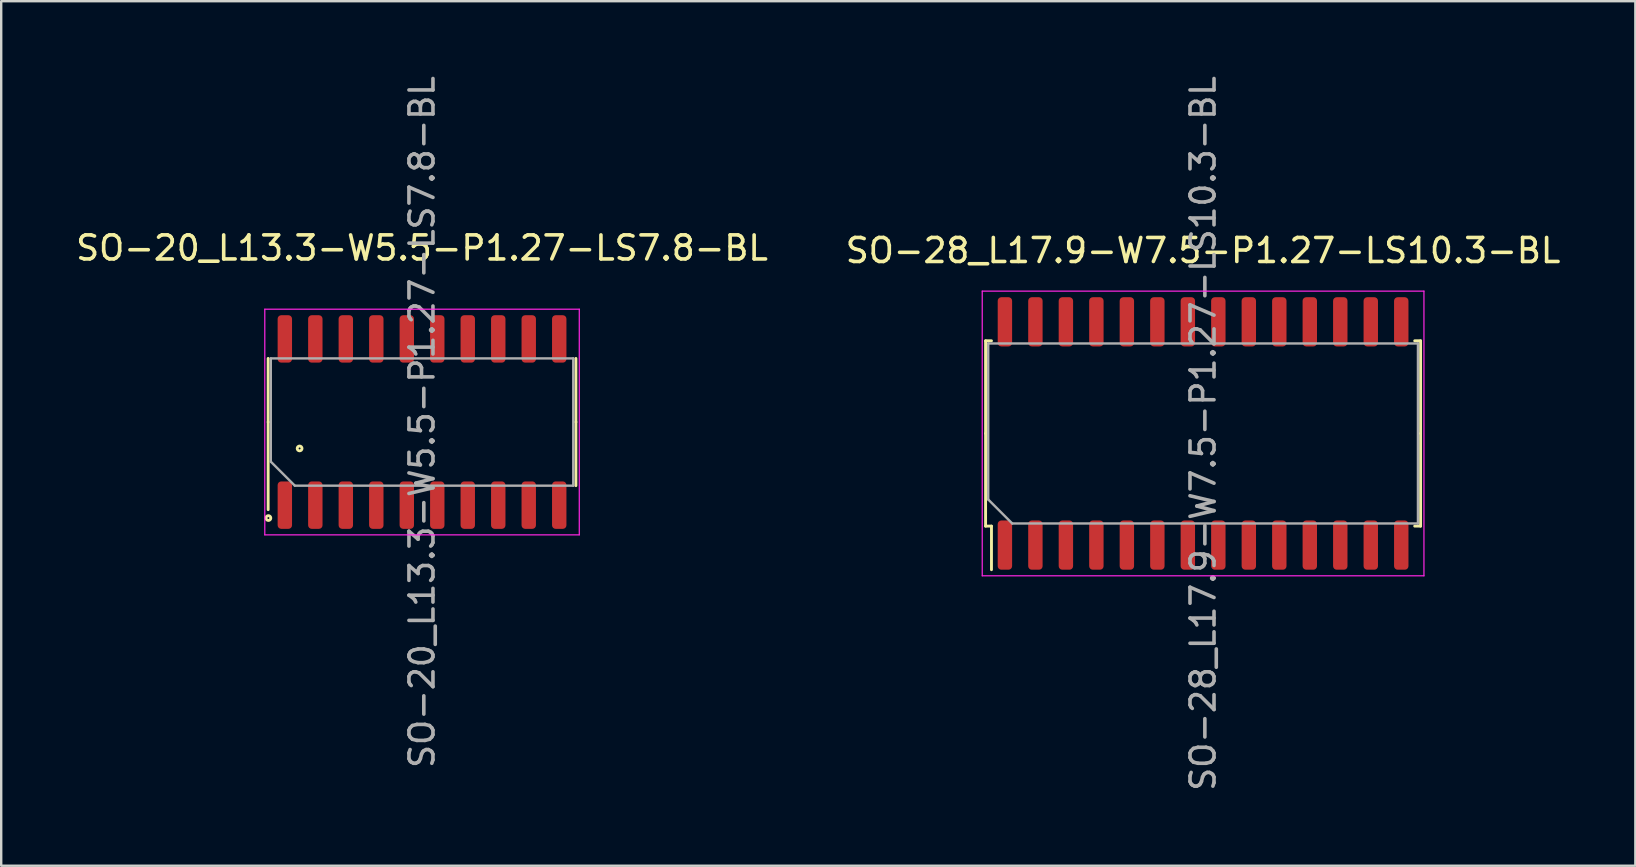
<source format=kicad_pcb>
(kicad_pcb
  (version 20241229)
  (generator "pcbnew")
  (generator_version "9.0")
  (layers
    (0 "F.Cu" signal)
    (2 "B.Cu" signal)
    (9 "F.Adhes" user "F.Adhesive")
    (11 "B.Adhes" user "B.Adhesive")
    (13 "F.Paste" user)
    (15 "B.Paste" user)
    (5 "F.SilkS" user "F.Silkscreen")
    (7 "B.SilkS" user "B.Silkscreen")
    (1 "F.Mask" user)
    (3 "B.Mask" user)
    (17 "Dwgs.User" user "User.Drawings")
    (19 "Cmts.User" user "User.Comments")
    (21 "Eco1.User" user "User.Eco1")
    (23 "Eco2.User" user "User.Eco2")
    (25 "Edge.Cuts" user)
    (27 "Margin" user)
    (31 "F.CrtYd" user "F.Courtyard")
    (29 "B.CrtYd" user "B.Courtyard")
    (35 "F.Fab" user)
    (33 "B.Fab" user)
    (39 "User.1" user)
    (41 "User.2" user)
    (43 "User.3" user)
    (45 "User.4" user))
  (footprint "SO-28_L17.9-W7.5-P1.27-LS10.3-BL"
    (layer "F.Cu")
    (at 47.065 15.006)
    (property "Reference" "SO-28_L17.9-W7.5-P1.27-LS10.3-BL" (at 0 -7.62 0) (layer "F.SilkS") (effects (font (size 1 1) (thickness 0.15))))
    (attr smd)
    (fp_line (start -9.06 -3.86) (end -8.815 -3.86) (stroke (width 0.12) (type solid)) (layer "F.SilkS"))
    (fp_line (start -9.06 0) (end -9.06 -3.86) (stroke (width 0.12) (type solid)) (layer "F.SilkS"))
    (fp_line (start -9.06 0) (end -9.06 3.86) (stroke (width 0.12) (type solid)) (layer "F.SilkS"))
    (fp_line (start -9.06 3.86) (end -8.815 3.86) (stroke (width 0.12) (type solid)) (layer "F.SilkS"))
    (fp_line (start -8.815 3.86) (end -8.815 5.675) (stroke (width 0.12) (type solid)) (layer "F.SilkS"))
    (fp_line (start 9.06 -3.86) (end 8.815 -3.86) (stroke (width 0.12) (type solid)) (layer "F.SilkS"))
    (fp_line (start 9.06 0) (end 9.06 -3.86) (stroke (width 0.12) (type solid)) (layer "F.SilkS"))
    (fp_line (start 9.06 0) (end 9.06 3.86) (stroke (width 0.12) (type solid)) (layer "F.SilkS"))
    (fp_line (start 9.06 3.86) (end 8.815 3.86) (stroke (width 0.12) (type solid)) (layer "F.SilkS"))
    (fp_line (start -9.2 -5.93) (end -9.2 5.93) (stroke (width 0.05) (type solid)) (layer "F.CrtYd"))
    (fp_line (start -9.2 5.93) (end 9.2 5.93) (stroke (width 0.05) (type solid)) (layer "F.CrtYd"))
    (fp_line (start 9.2 -5.93) (end -9.2 -5.93) (stroke (width 0.05) (type solid)) (layer "F.CrtYd"))
    (fp_line (start 9.2 5.93) (end 9.2 -5.93) (stroke (width 0.05) (type solid)) (layer "F.CrtYd"))
    (fp_line (start -8.95 -3.75) (end 8.95 -3.75) (stroke (width 0.1) (type solid)) (layer "F.Fab"))
    (fp_line (start -8.95 2.75) (end -8.95 -3.75) (stroke (width 0.1) (type solid)) (layer "F.Fab"))
    (fp_line (start -7.95 3.75) (end -8.95 2.75) (stroke (width 0.1) (type solid)) (layer "F.Fab"))
    (fp_line (start 8.95 -3.75) (end 8.95 3.75) (stroke (width 0.1) (type solid)) (layer "F.Fab"))
    (fp_line (start 8.95 3.75) (end -7.95 3.75) (stroke (width 0.1) (type solid)) (layer "F.Fab"))
    (fp_text user "${REFERENCE}" (at 0 0 90) (layer "F.Fab") (effects (font (size 1 1) (thickness 0.15))))
    (pad "1" smd roundrect (at -8.255 4.65 90) (size 2.05 0.6) (layers "F.Cu" "F.Mask" "F.Paste") (roundrect_rratio 0.25))
    (pad "2" smd roundrect (at -6.985 4.65 90) (size 2.05 0.6) (layers "F.Cu" "F.Mask" "F.Paste") (roundrect_rratio 0.25))
    (pad "3" smd roundrect (at -5.715 4.65 90) (size 2.05 0.6) (layers "F.Cu" "F.Mask" "F.Paste") (roundrect_rratio 0.25))
    (pad "4" smd roundrect (at -4.445 4.65 90) (size 2.05 0.6) (layers "F.Cu" "F.Mask" "F.Paste") (roundrect_rratio 0.25))
    (pad "5" smd roundrect (at -3.175 4.65 90) (size 2.05 0.6) (layers "F.Cu" "F.Mask" "F.Paste") (roundrect_rratio 0.25))
    (pad "6" smd roundrect (at -1.905 4.65 90) (size 2.05 0.6) (layers "F.Cu" "F.Mask" "F.Paste") (roundrect_rratio 0.25))
    (pad "7" smd roundrect (at -0.635 4.65 90) (size 2.05 0.6) (layers "F.Cu" "F.Mask" "F.Paste") (roundrect_rratio 0.25))
    (pad "8" smd roundrect (at 0.635 4.65 90) (size 2.05 0.6) (layers "F.Cu" "F.Mask" "F.Paste") (roundrect_rratio 0.25))
    (pad "9" smd roundrect (at 1.905 4.65 90) (size 2.05 0.6) (layers "F.Cu" "F.Mask" "F.Paste") (roundrect_rratio 0.25))
    (pad "10" smd roundrect (at 3.175 4.65 90) (size 2.05 0.6) (layers "F.Cu" "F.Mask" "F.Paste") (roundrect_rratio 0.25))
    (pad "11" smd roundrect (at 4.445 4.65 90) (size 2.05 0.6) (layers "F.Cu" "F.Mask" "F.Paste") (roundrect_rratio 0.25))
    (pad "12" smd roundrect (at 5.715 4.65 90) (size 2.05 0.6) (layers "F.Cu" "F.Mask" "F.Paste") (roundrect_rratio 0.25))
    (pad "13" smd roundrect (at 6.985 4.65 90) (size 2.05 0.6) (layers "F.Cu" "F.Mask" "F.Paste") (roundrect_rratio 0.25))
    (pad "14" smd roundrect (at 8.255 4.65 90) (size 2.05 0.6) (layers "F.Cu" "F.Mask" "F.Paste") (roundrect_rratio 0.25))
    (pad "15" smd roundrect (at 8.255 -4.65 90) (size 2.05 0.6) (layers "F.Cu" "F.Mask" "F.Paste") (roundrect_rratio 0.25))
    (pad "16" smd roundrect (at 6.985 -4.65 90) (size 2.05 0.6) (layers "F.Cu" "F.Mask" "F.Paste") (roundrect_rratio 0.25))
    (pad "17" smd roundrect (at 5.715 -4.65 90) (size 2.05 0.6) (layers "F.Cu" "F.Mask" "F.Paste") (roundrect_rratio 0.25))
    (pad "18" smd roundrect (at 4.445 -4.65 90) (size 2.05 0.6) (layers "F.Cu" "F.Mask" "F.Paste") (roundrect_rratio 0.25))
    (pad "19" smd roundrect (at 3.175 -4.65 90) (size 2.05 0.6) (layers "F.Cu" "F.Mask" "F.Paste") (roundrect_rratio 0.25))
    (pad "20" smd roundrect (at 1.905 -4.65 90) (size 2.05 0.6) (layers "F.Cu" "F.Mask" "F.Paste") (roundrect_rratio 0.25))
    (pad "21" smd roundrect (at 0.635 -4.65 90) (size 2.05 0.6) (layers "F.Cu" "F.Mask" "F.Paste") (roundrect_rratio 0.25))
    (pad "22" smd roundrect (at -0.635 -4.65 90) (size 2.05 0.6) (layers "F.Cu" "F.Mask" "F.Paste") (roundrect_rratio 0.25))
    (pad "23" smd roundrect (at -1.905 -4.65 90) (size 2.05 0.6) (layers "F.Cu" "F.Mask" "F.Paste") (roundrect_rratio 0.25))
    (pad "24" smd roundrect (at -3.175 -4.65 90) (size 2.05 0.6) (layers "F.Cu" "F.Mask" "F.Paste") (roundrect_rratio 0.25))
    (pad "25" smd roundrect (at -4.445 -4.65 90) (size 2.05 0.6) (layers "F.Cu" "F.Mask" "F.Paste") (roundrect_rratio 0.25))
    (pad "26" smd roundrect (at -5.715 -4.65 90) (size 2.05 0.6) (layers "F.Cu" "F.Mask" "F.Paste") (roundrect_rratio 0.25))
    (pad "27" smd roundrect (at -6.985 -4.65 90) (size 2.05 0.6) (layers "F.Cu" "F.Mask" "F.Paste") (roundrect_rratio 0.25))
    (pad "28" smd roundrect (at -8.255 -4.65 90) (size 2.05 0.6) (layers "F.Cu" "F.Mask" "F.Paste") (roundrect_rratio 0.25)))
  (footprint "SO-20_L13.3-W5.5-P1.27-LS7.8-BL"
    (layer "F.Cu")
    (at 14.53 14.53)
    (property "Reference" "SO-20_L13.3-W5.5-P1.27-LS7.8-BL" (at 0 -7.25 0) (layer "F.SilkS") (effects (font (size 1 1) (thickness 0.15))))
    (attr smd)
    (fp_line (start -6.41 0) (end -6.41 -2.65) (stroke (width 0.12) (type solid)) (layer "F.SilkS"))
    (fp_line (start -6.41 0) (end -6.41 3.65) (stroke (width 0.12) (type solid)) (layer "F.SilkS"))
    (fp_line (start 6.41 0) (end 6.41 -2.65) (stroke (width 0.12) (type solid)) (layer "F.SilkS"))
    (fp_line (start 6.41 0) (end 6.41 2.65) (stroke (width 0.12) (type solid)) (layer "F.SilkS"))
    (fp_circle (center -6.4 4) (end -6.3 4) (stroke (width 0.12) (type solid)) (fill no) (layer "F.SilkS"))
    (fp_circle (center -5.1 1.1) (end -5 1.1) (stroke (width 0.12) (type solid)) (fill no) (layer "F.SilkS"))
    (fp_line (start -6.55 -4.7) (end -6.55 4.7) (stroke (width 0.05) (type solid)) (layer "F.CrtYd"))
    (fp_line (start -6.55 4.7) (end 6.55 4.7) (stroke (width 0.05) (type solid)) (layer "F.CrtYd"))
    (fp_line (start 6.55 -4.7) (end -6.55 -4.7) (stroke (width 0.05) (type solid)) (layer "F.CrtYd"))
    (fp_line (start 6.55 4.7) (end 6.55 -4.7) (stroke (width 0.05) (type solid)) (layer "F.CrtYd"))
    (fp_line (start -6.3 -2.65) (end 6.3 -2.65) (stroke (width 0.1) (type solid)) (layer "F.Fab"))
    (fp_line (start -6.3 1.65) (end -6.3 -2.65) (stroke (width 0.1) (type solid)) (layer "F.Fab"))
    (fp_line (start -5.3 2.65) (end -6.3 1.65) (stroke (width 0.1) (type solid)) (layer "F.Fab"))
    (fp_line (start 6.3 -2.65) (end 6.3 2.65) (stroke (width 0.1) (type solid)) (layer "F.Fab"))
    (fp_line (start 6.3 2.65) (end -5.3 2.65) (stroke (width 0.1) (type solid)) (layer "F.Fab"))
    (fp_text user "${REFERENCE}" (at 0 0 90) (layer "F.Fab") (effects (font (size 1 1) (thickness 0.15))))
    (pad "1" smd roundrect (at -5.715 3.462 90) (size 1.975 0.6) (layers "F.Cu" "F.Mask" "F.Paste") (roundrect_rratio 0.25))
    (pad "2" smd roundrect (at -4.445 3.462 90) (size 1.975 0.6) (layers "F.Cu" "F.Mask" "F.Paste") (roundrect_rratio 0.25))
    (pad "3" smd roundrect (at -3.175 3.462 90) (size 1.975 0.6) (layers "F.Cu" "F.Mask" "F.Paste") (roundrect_rratio 0.25))
    (pad "4" smd roundrect (at -1.905 3.462 90) (size 1.975 0.6) (layers "F.Cu" "F.Mask" "F.Paste") (roundrect_rratio 0.25))
    (pad "5" smd roundrect (at -0.635 3.462 90) (size 1.975 0.6) (layers "F.Cu" "F.Mask" "F.Paste") (roundrect_rratio 0.25))
    (pad "6" smd roundrect (at 0.635 3.462 90) (size 1.975 0.6) (layers "F.Cu" "F.Mask" "F.Paste") (roundrect_rratio 0.25))
    (pad "7" smd roundrect (at 1.905 3.462 90) (size 1.975 0.6) (layers "F.Cu" "F.Mask" "F.Paste") (roundrect_rratio 0.25))
    (pad "8" smd roundrect (at 3.175 3.462 90) (size 1.975 0.6) (layers "F.Cu" "F.Mask" "F.Paste") (roundrect_rratio 0.25))
    (pad "9" smd roundrect (at 4.445 3.462 90) (size 1.975 0.6) (layers "F.Cu" "F.Mask" "F.Paste") (roundrect_rratio 0.25))
    (pad "10" smd roundrect (at 5.715 3.462 90) (size 1.975 0.6) (layers "F.Cu" "F.Mask" "F.Paste") (roundrect_rratio 0.25))
    (pad "11" smd roundrect (at 5.715 -3.462 90) (size 1.975 0.6) (layers "F.Cu" "F.Mask" "F.Paste") (roundrect_rratio 0.25))
    (pad "12" smd roundrect (at 4.445 -3.462 90) (size 1.975 0.6) (layers "F.Cu" "F.Mask" "F.Paste") (roundrect_rratio 0.25))
    (pad "13" smd roundrect (at 3.175 -3.462 90) (size 1.975 0.6) (layers "F.Cu" "F.Mask" "F.Paste") (roundrect_rratio 0.25))
    (pad "14" smd roundrect (at 1.905 -3.462 90) (size 1.975 0.6) (layers "F.Cu" "F.Mask" "F.Paste") (roundrect_rratio 0.25))
    (pad "15" smd roundrect (at 0.635 -3.462 90) (size 1.975 0.6) (layers "F.Cu" "F.Mask" "F.Paste") (roundrect_rratio 0.25))
    (pad "16" smd roundrect (at -0.635 -3.462 90) (size 1.975 0.6) (layers "F.Cu" "F.Mask" "F.Paste") (roundrect_rratio 0.25))
    (pad "17" smd roundrect (at -1.905 -3.462 90) (size 1.975 0.6) (layers "F.Cu" "F.Mask" "F.Paste") (roundrect_rratio 0.25))
    (pad "18" smd roundrect (at -3.175 -3.462 90) (size 1.975 0.6) (layers "F.Cu" "F.Mask" "F.Paste") (roundrect_rratio 0.25))
    (pad "19" smd roundrect (at -4.445 -3.462 90) (size 1.975 0.6) (layers "F.Cu" "F.Mask" "F.Paste") (roundrect_rratio 0.25))
    (pad "20" smd roundrect (at -5.715 -3.462 90) (size 1.975 0.6) (layers "F.Cu" "F.Mask" "F.Paste") (roundrect_rratio 0.25)))
  (gr_rect
    (start -3 -3)
    (end 65.071 33.012)
    (stroke (width 0.1) (type default))
    (fill no)
    (layer "Edge.Cuts")))
</source>
